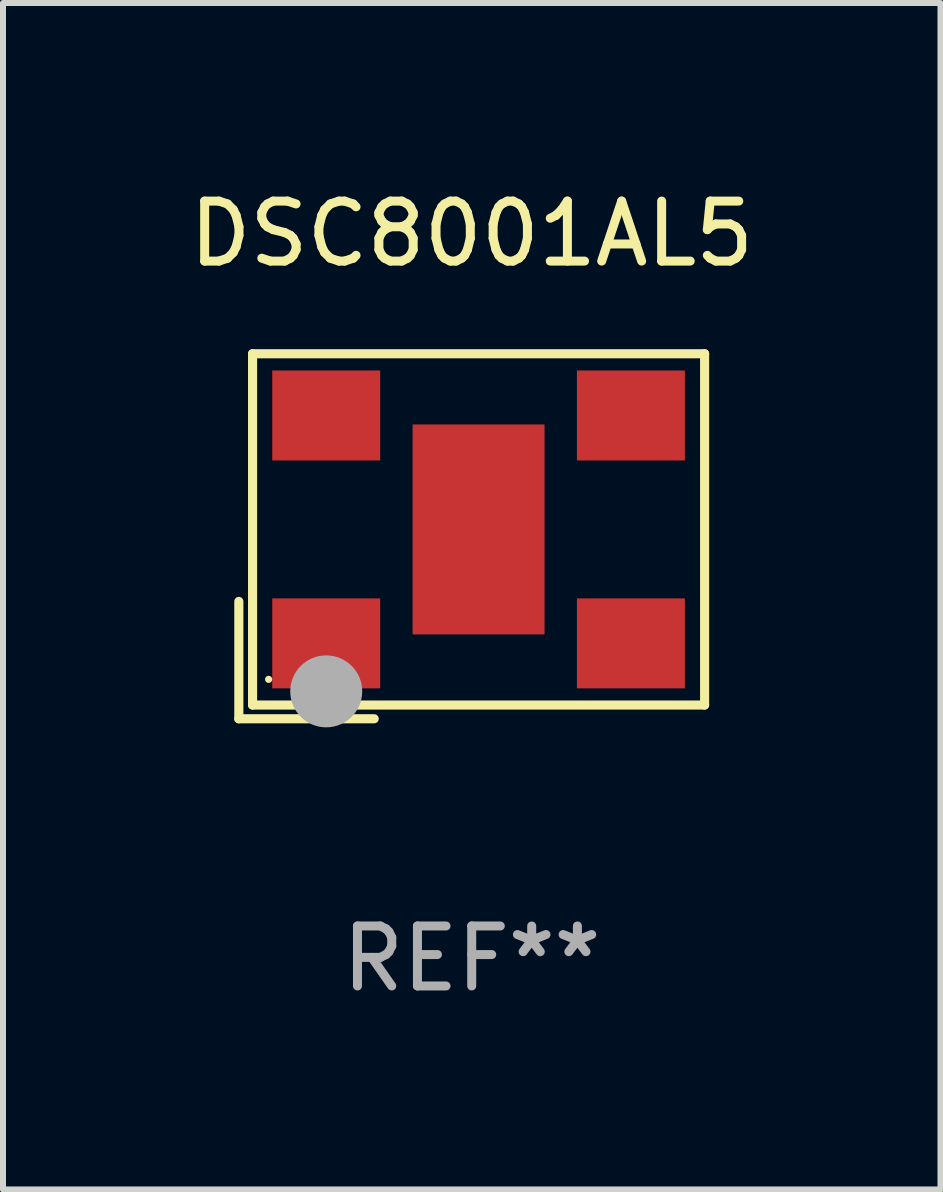
<source format=kicad_pcb>
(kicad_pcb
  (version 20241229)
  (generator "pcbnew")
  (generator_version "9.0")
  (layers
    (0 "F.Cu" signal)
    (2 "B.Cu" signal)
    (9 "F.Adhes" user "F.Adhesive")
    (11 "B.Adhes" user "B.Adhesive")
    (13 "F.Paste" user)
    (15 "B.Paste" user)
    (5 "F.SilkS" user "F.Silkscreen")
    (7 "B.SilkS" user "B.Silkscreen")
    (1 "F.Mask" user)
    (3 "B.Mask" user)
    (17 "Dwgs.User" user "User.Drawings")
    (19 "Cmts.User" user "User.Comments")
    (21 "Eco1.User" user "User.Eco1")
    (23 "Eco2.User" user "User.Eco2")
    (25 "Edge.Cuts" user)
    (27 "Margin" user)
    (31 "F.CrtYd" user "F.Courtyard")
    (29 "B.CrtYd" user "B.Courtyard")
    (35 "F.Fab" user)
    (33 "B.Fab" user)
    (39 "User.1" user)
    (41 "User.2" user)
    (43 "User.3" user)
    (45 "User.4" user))
  (footprint "DSC8001AL5"
    (layer "F.Cu")
    (at 4.815 5.891)
    (property "Reference" "DSC8001AL5" (at 0 -5.043 0) (layer "F.SilkS") (effects (font (size 1 1) (thickness 0.15))))
    (attr through_hole)
    (fp_line (start -3.883 1.086) (end -3.883 3.043) (stroke (width 0.152) (type solid)) (layer "F.SilkS"))
    (fp_line (start -3.883 3.043) (end -1.626 3.043) (stroke (width 0.152) (type solid)) (layer "F.SilkS"))
    (fp_line (start -3.654 -3.043) (end 3.883 -3.043) (stroke (width 0.152) (type solid)) (layer "F.SilkS"))
    (fp_line (start -3.654 2.814) (end -3.654 -3.043) (stroke (width 0.152) (type solid)) (layer "F.SilkS"))
    (fp_line (start 3.883 -3.043) (end 3.883 2.814) (stroke (width 0.152) (type solid)) (layer "F.SilkS"))
    (fp_line (start 3.883 2.814) (end -3.654 2.814) (stroke (width 0.152) (type solid)) (layer "F.SilkS"))
    (fp_circle (center -3.386 2.386) (end -3.356 2.386) (stroke (width 0.06) (type solid)) (fill no) (layer "F.SilkS"))
    (fp_circle (center -2.426 2.586) (end -2.126 2.586) (stroke (width 0.6) (type solid)) (fill no) (layer "F.Fab"))
    (fp_text user "REF**" (at 0 7.043 0) (layer "F.Fab") (effects (font (size 1 1) (thickness 0.15))))
    (pad "1" smd rect (at -2.426 1.786) (size 1.8 1.5) (layers "F.Cu" "F.Mask" "F.Paste"))
    (pad "2" smd rect (at 2.654 1.786) (size 1.8 1.5) (layers "F.Cu" "F.Mask" "F.Paste"))
    (pad "3" smd rect (at 2.654 -2.014) (size 1.8 1.5) (layers "F.Cu" "F.Mask" "F.Paste"))
    (pad "4" smd rect (at -2.426 -2.014) (size 1.8 1.5) (layers "F.Cu" "F.Mask" "F.Paste"))
    (pad "5" smd rect (at 0.114 -0.114) (size 2.2 3.5) (layers "F.Cu" "F.Mask" "F.Paste")))
  (gr_rect
    (start -3 -3)
    (end 12.631 16.782)
    (stroke (width 0.1) (type default))
    (fill no)
    (layer "Edge.Cuts")))
</source>
